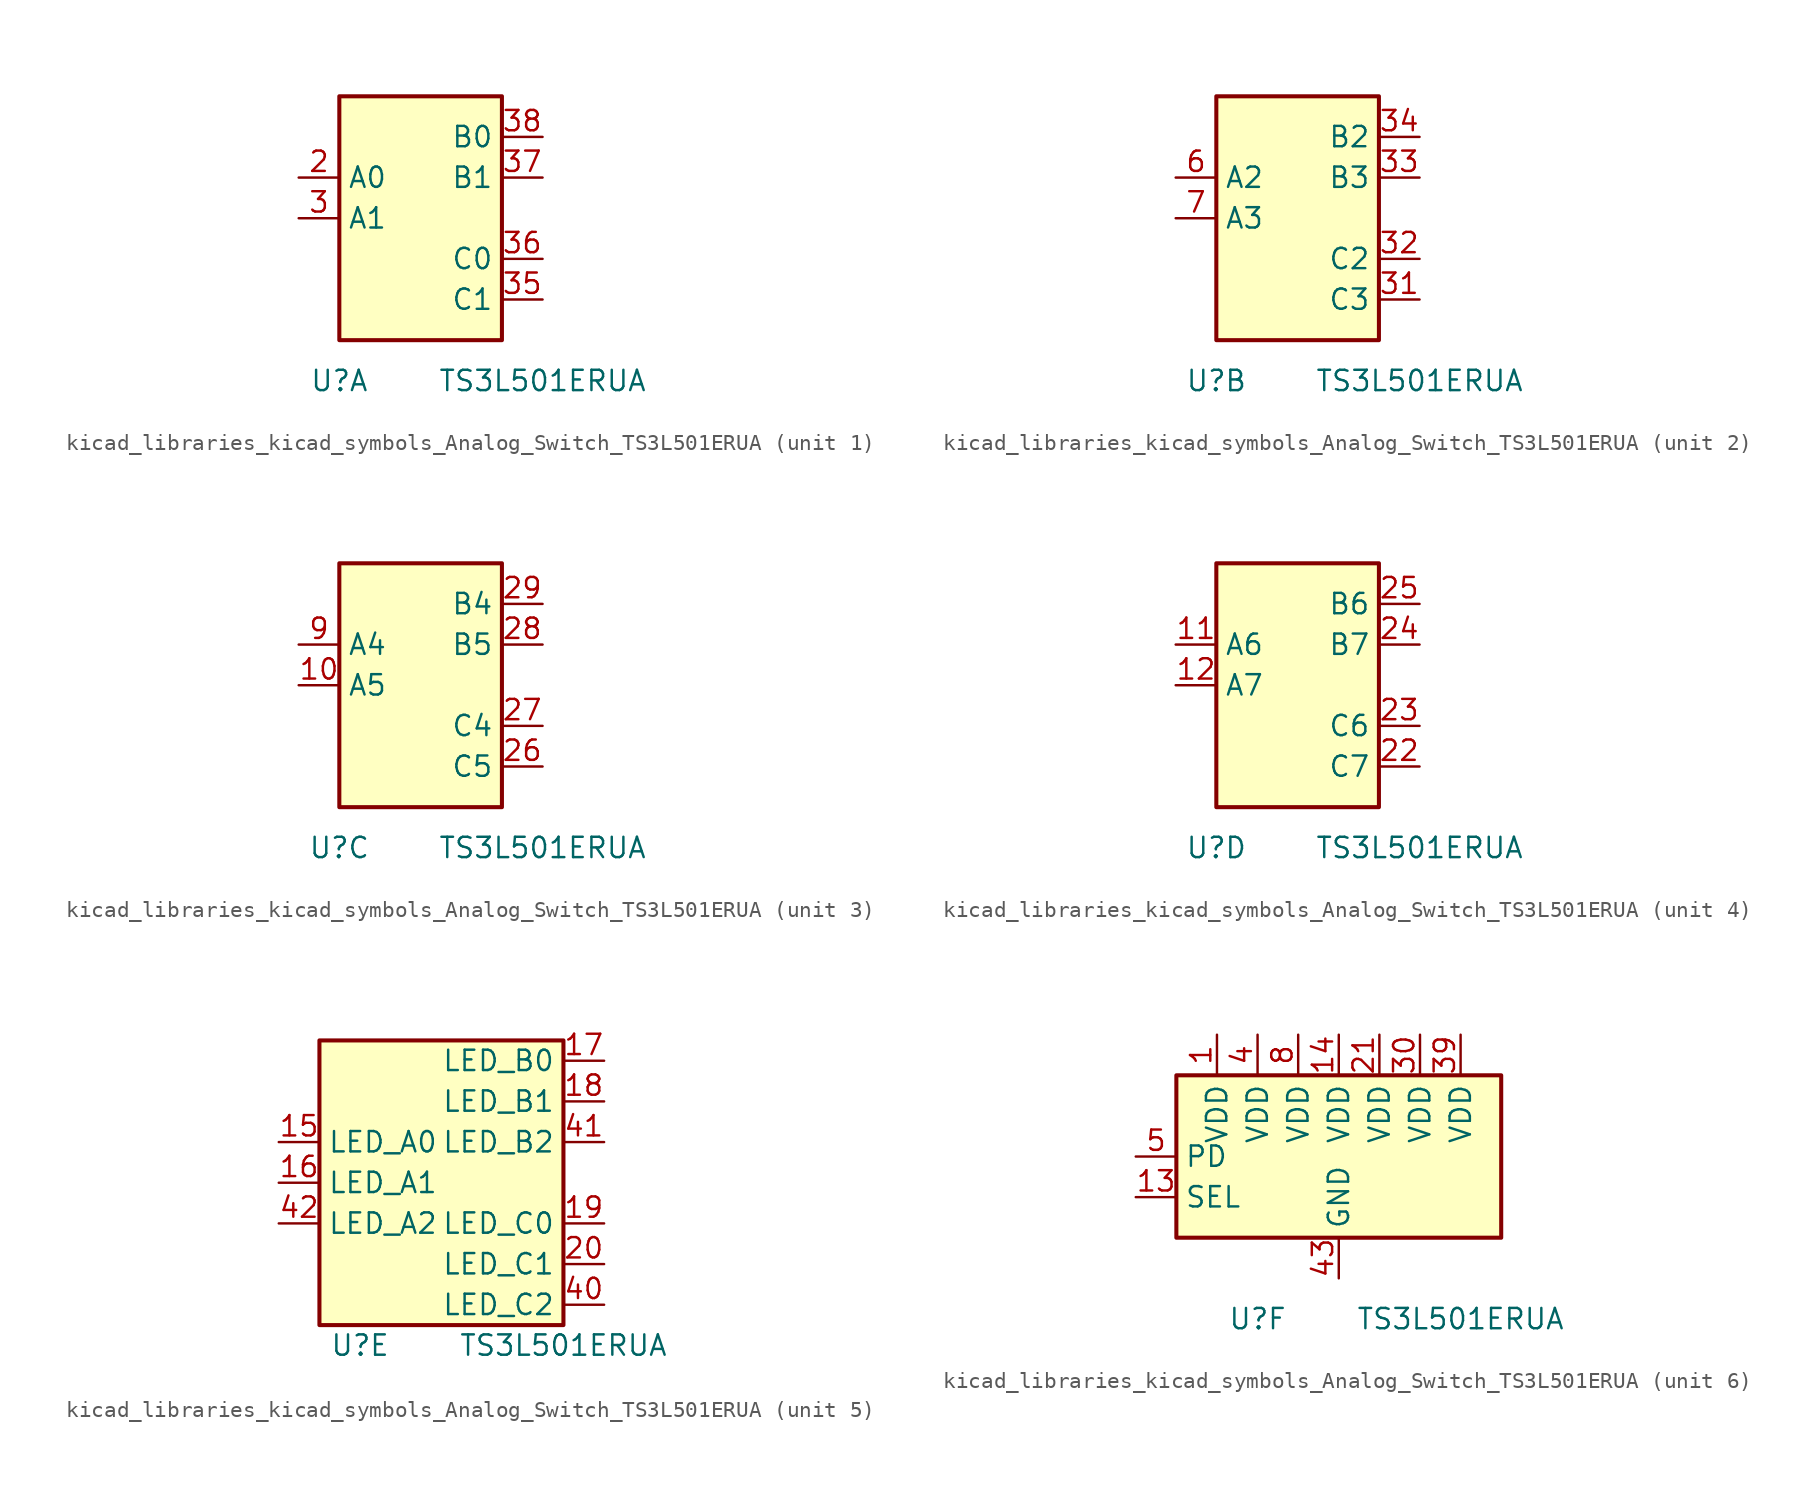
<source format=kicad_sym>
(kicad_symbol_lib
  (version 20220914)
  (generator kicad_symbol_editor)
  (symbol "kicad_libraries_kicad_symbols_Analog_Switch_TS3L501ERUA"
    (property "Reference" "U"
      (at -5.08 -10.16 0)
      (effects (font (size 1.27 1.27))))
    (property "Value" "TS3L501ERUA"
      (at 7.62 -10.16 0)
      (effects (font (size 1.27 1.27))))
    (property "ki_locked" ""
      (at 0 0 0)
      (effects (font (size 1.27 1.27))))
    (symbol "kicad_libraries_kicad_symbols_Analog_Switch_TS3L501ERUA_1_1"
      (rectangle (start -5.08 7.62) (end 5.08 -7.62) (stroke (width 0.254) (type default)) (fill (type background)))
      (pin bidirectional line (at -7.62 2.54 0) (length 2.54) (name "A0" (effects (font (size 1.27 1.27)))) (number "2" (effects (font (size 1.27 1.27)))))
      (pin bidirectional line (at -7.62 0 0) (length 2.54) (name "A1" (effects (font (size 1.27 1.27)))) (number "3" (effects (font (size 1.27 1.27)))))
      (pin bidirectional line (at 7.62 -5.08 180) (length 2.54) (name "C1" (effects (font (size 1.27 1.27)))) (number "35" (effects (font (size 1.27 1.27)))))
      (pin bidirectional line (at 7.62 -2.54 180) (length 2.54) (name "C0" (effects (font (size 1.27 1.27)))) (number "36" (effects (font (size 1.27 1.27)))))
      (pin bidirectional line (at 7.62 2.54 180) (length 2.54) (name "B1" (effects (font (size 1.27 1.27)))) (number "37" (effects (font (size 1.27 1.27)))))
      (pin bidirectional line (at 7.62 5.08 180) (length 2.54) (name "B0" (effects (font (size 1.27 1.27)))) (number "38" (effects (font (size 1.27 1.27))))))
    (symbol "kicad_libraries_kicad_symbols_Analog_Switch_TS3L501ERUA_2_1"
      (rectangle (start -5.08 7.62) (end 5.08 -7.62) (stroke (width 0.254) (type default)) (fill (type background)))
      (pin bidirectional line (at 7.62 -5.08 180) (length 2.54) (name "C3" (effects (font (size 1.27 1.27)))) (number "31" (effects (font (size 1.27 1.27)))))
      (pin bidirectional line (at 7.62 -2.54 180) (length 2.54) (name "C2" (effects (font (size 1.27 1.27)))) (number "32" (effects (font (size 1.27 1.27)))))
      (pin bidirectional line (at 7.62 2.54 180) (length 2.54) (name "B3" (effects (font (size 1.27 1.27)))) (number "33" (effects (font (size 1.27 1.27)))))
      (pin bidirectional line (at 7.62 5.08 180) (length 2.54) (name "B2" (effects (font (size 1.27 1.27)))) (number "34" (effects (font (size 1.27 1.27)))))
      (pin bidirectional line (at -7.62 2.54 0) (length 2.54) (name "A2" (effects (font (size 1.27 1.27)))) (number "6" (effects (font (size 1.27 1.27)))))
      (pin bidirectional line (at -7.62 0 0) (length 2.54) (name "A3" (effects (font (size 1.27 1.27)))) (number "7" (effects (font (size 1.27 1.27))))))
    (symbol "kicad_libraries_kicad_symbols_Analog_Switch_TS3L501ERUA_3_1"
      (rectangle (start -5.08 7.62) (end 5.08 -7.62) (stroke (width 0.254) (type default)) (fill (type background)))
      (pin bidirectional line (at -7.62 0 0) (length 2.54) (name "A5" (effects (font (size 1.27 1.27)))) (number "10" (effects (font (size 1.27 1.27)))))
      (pin bidirectional line (at 7.62 -5.08 180) (length 2.54) (name "C5" (effects (font (size 1.27 1.27)))) (number "26" (effects (font (size 1.27 1.27)))))
      (pin bidirectional line (at 7.62 -2.54 180) (length 2.54) (name "C4" (effects (font (size 1.27 1.27)))) (number "27" (effects (font (size 1.27 1.27)))))
      (pin bidirectional line (at 7.62 2.54 180) (length 2.54) (name "B5" (effects (font (size 1.27 1.27)))) (number "28" (effects (font (size 1.27 1.27)))))
      (pin bidirectional line (at 7.62 5.08 180) (length 2.54) (name "B4" (effects (font (size 1.27 1.27)))) (number "29" (effects (font (size 1.27 1.27)))))
      (pin bidirectional line (at -7.62 2.54 0) (length 2.54) (name "A4" (effects (font (size 1.27 1.27)))) (number "9" (effects (font (size 1.27 1.27))))))
    (symbol "kicad_libraries_kicad_symbols_Analog_Switch_TS3L501ERUA_4_1"
      (rectangle (start -5.08 7.62) (end 5.08 -7.62) (stroke (width 0.254) (type default)) (fill (type background)))
      (pin bidirectional line (at -7.62 2.54 0) (length 2.54) (name "A6" (effects (font (size 1.27 1.27)))) (number "11" (effects (font (size 1.27 1.27)))))
      (pin bidirectional line (at -7.62 0 0) (length 2.54) (name "A7" (effects (font (size 1.27 1.27)))) (number "12" (effects (font (size 1.27 1.27)))))
      (pin bidirectional line (at 7.62 -5.08 180) (length 2.54) (name "C7" (effects (font (size 1.27 1.27)))) (number "22" (effects (font (size 1.27 1.27)))))
      (pin bidirectional line (at 7.62 -2.54 180) (length 2.54) (name "C6" (effects (font (size 1.27 1.27)))) (number "23" (effects (font (size 1.27 1.27)))))
      (pin bidirectional line (at 7.62 2.54 180) (length 2.54) (name "B7" (effects (font (size 1.27 1.27)))) (number "24" (effects (font (size 1.27 1.27)))))
      (pin bidirectional line (at 7.62 5.08 180) (length 2.54) (name "B6" (effects (font (size 1.27 1.27)))) (number "25" (effects (font (size 1.27 1.27))))))
    (symbol "kicad_libraries_kicad_symbols_Analog_Switch_TS3L501ERUA_5_1"
      (rectangle (start -7.62 8.89) (end 7.62 -8.89) (stroke (width 0.254) (type default)) (fill (type background)))
      (pin bidirectional line (at -10.16 2.54 0) (length 2.54) (name "LED_A0" (effects (font (size 1.27 1.27)))) (number "15" (effects (font (size 1.27 1.27)))))
      (pin bidirectional line (at -10.16 0 0) (length 2.54) (name "LED_A1" (effects (font (size 1.27 1.27)))) (number "16" (effects (font (size 1.27 1.27)))))
      (pin bidirectional line (at 10.16 7.62 180) (length 2.54) (name "LED_B0" (effects (font (size 1.27 1.27)))) (number "17" (effects (font (size 1.27 1.27)))))
      (pin bidirectional line (at 10.16 5.08 180) (length 2.54) (name "LED_B1" (effects (font (size 1.27 1.27)))) (number "18" (effects (font (size 1.27 1.27)))))
      (pin bidirectional line (at 10.16 -2.54 180) (length 2.54) (name "LED_C0" (effects (font (size 1.27 1.27)))) (number "19" (effects (font (size 1.27 1.27)))))
      (pin bidirectional line (at 10.16 -5.08 180) (length 2.54) (name "LED_C1" (effects (font (size 1.27 1.27)))) (number "20" (effects (font (size 1.27 1.27)))))
      (pin bidirectional line (at 10.16 -7.62 180) (length 2.54) (name "LED_C2" (effects (font (size 1.27 1.27)))) (number "40" (effects (font (size 1.27 1.27)))))
      (pin bidirectional line (at 10.16 2.54 180) (length 2.54) (name "LED_B2" (effects (font (size 1.27 1.27)))) (number "41" (effects (font (size 1.27 1.27)))))
      (pin bidirectional line (at -10.16 -2.54 0) (length 2.54) (name "LED_A2" (effects (font (size 1.27 1.27)))) (number "42" (effects (font (size 1.27 1.27))))))
    (symbol "kicad_libraries_kicad_symbols_Analog_Switch_TS3L501ERUA_6_0"
      (rectangle (start -10.16 5.08) (end 10.16 -5.08) (stroke (width 0.254) (type default)) (fill (type background))))
    (symbol "kicad_libraries_kicad_symbols_Analog_Switch_TS3L501ERUA_6_1"
      (pin power_in line (at -7.62 7.62 270) (length 2.54) (name "VDD" (effects (font (size 1.27 1.27)))) (number "1" (effects (font (size 1.27 1.27)))))
      (pin input line (at -12.7 -2.54 0) (length 2.54) (name "SEL" (effects (font (size 1.27 1.27)))) (number "13" (effects (font (size 1.27 1.27)))))
      (pin power_in line (at 0 7.62 270) (length 2.54) (name "VDD" (effects (font (size 1.27 1.27)))) (number "14" (effects (font (size 1.27 1.27)))))
      (pin power_in line (at 2.54 7.62 270) (length 2.54) (name "VDD" (effects (font (size 1.27 1.27)))) (number "21" (effects (font (size 1.27 1.27)))))
      (pin power_in line (at 5.08 7.62 270) (length 2.54) (name "VDD" (effects (font (size 1.27 1.27)))) (number "30" (effects (font (size 1.27 1.27)))))
      (pin power_in line (at 7.62 7.62 270) (length 2.54) (name "VDD" (effects (font (size 1.27 1.27)))) (number "39" (effects (font (size 1.27 1.27)))))
      (pin power_in line (at -5.08 7.62 270) (length 2.54) (name "VDD" (effects (font (size 1.27 1.27)))) (number "4" (effects (font (size 1.27 1.27)))))
      (pin power_in line (at 0 -7.62 90) (length 2.54) (name "GND" (effects (font (size 1.27 1.27)))) (number "43" (effects (font (size 1.27 1.27)))))
      (pin input line (at -12.7 0 0) (length 2.54) (name "PD" (effects (font (size 1.27 1.27)))) (number "5" (effects (font (size 1.27 1.27)))))
      (pin power_in line (at -2.54 7.62 270) (length 2.54) (name "VDD" (effects (font (size 1.27 1.27)))) (number "8" (effects (font (size 1.27 1.27))))))))
</source>
